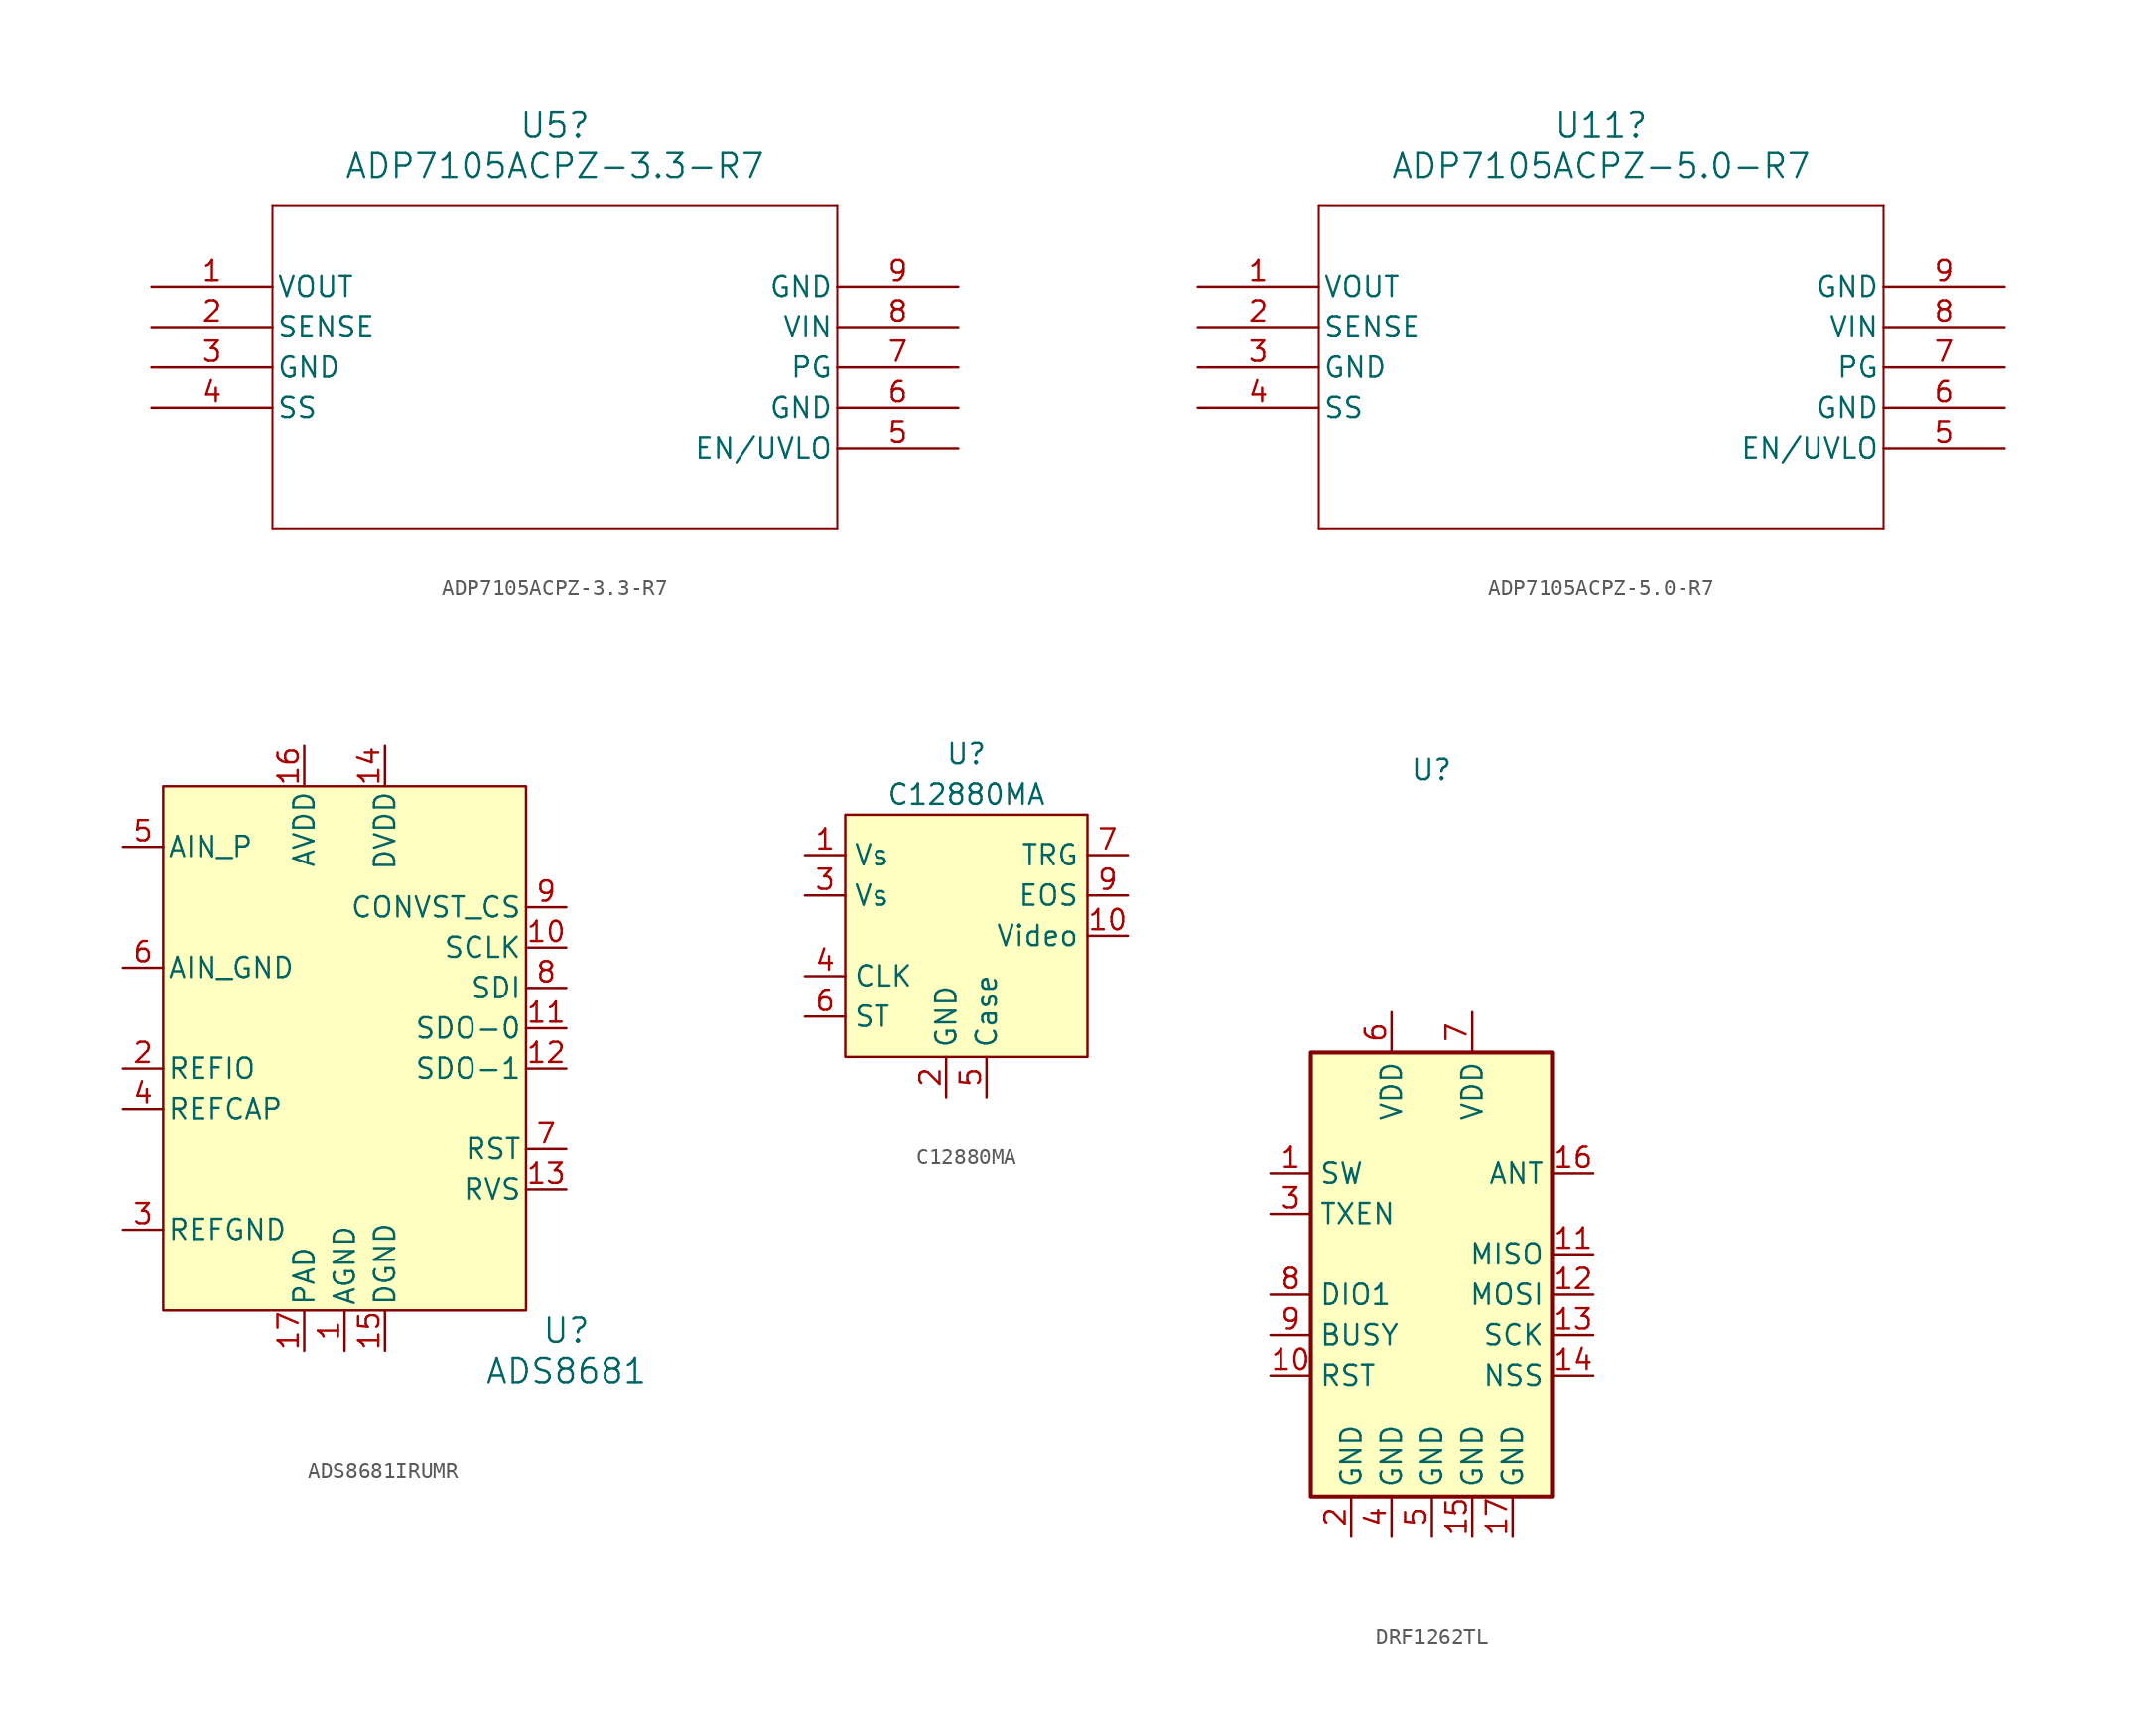
<source format=kicad_sym>
(kicad_symbol_lib
  (version 20220914)
  (generator kicad_symbol_editor)
  (symbol "ADP7105ACPZ-3.3-R7"
    (pin_names
      (offset 0.254))
    (property "Reference" "U5"
      (at 25.4 10.16 0)
      (effects (font (size 1.524 1.524))))
    (property "Value" "ADP7105ACPZ-3.3-R7"
      (at 25.4 7.62 0)
      (effects (font (size 1.524 1.524))))
    (property "ki_locked" ""
      (at 0 0 0)
      (effects (font (size 1.27 1.27))))
    (symbol "ADP7105ACPZ-3.3-R7_0_1"
      (polyline (pts (xy 7.62 -15.24) (xy 43.18 -15.24)) (stroke (width 0.127) (type default)) (fill (type none)))
      (polyline (pts (xy 7.62 5.08) (xy 7.62 -15.24)) (stroke (width 0.127) (type default)) (fill (type none)))
      (polyline (pts (xy 43.18 -15.24) (xy 43.18 5.08)) (stroke (width 0.127) (type default)) (fill (type none)))
      (polyline (pts (xy 43.18 5.08) (xy 7.62 5.08)) (stroke (width 0.127) (type default)) (fill (type none)))
      (pin output line (at 0 0 0) (length 7.62) (name "VOUT" (effects (font (size 1.27 1.27)))) (number "1" (effects (font (size 1.27 1.27)))))
      (pin unspecified line (at 0 -2.54 0) (length 7.62) (name "SENSE" (effects (font (size 1.27 1.27)))) (number "2" (effects (font (size 1.27 1.27)))))
      (pin power_out line (at 0 -5.08 0) (length 7.62) (name "GND" (effects (font (size 1.27 1.27)))) (number "3" (effects (font (size 1.27 1.27)))))
      (pin unspecified line (at 0 -7.62 0) (length 7.62) (name "SS" (effects (font (size 1.27 1.27)))) (number "4" (effects (font (size 1.27 1.27)))))
      (pin input line (at 50.8 -10.16 180) (length 7.62) (name "EN/UVLO" (effects (font (size 1.27 1.27)))) (number "5" (effects (font (size 1.27 1.27)))))
      (pin power_out line (at 50.8 -7.62 180) (length 7.62) (name "GND" (effects (font (size 1.27 1.27)))) (number "6" (effects (font (size 1.27 1.27)))))
      (pin output line (at 50.8 -5.08 180) (length 7.62) (name "PG" (effects (font (size 1.27 1.27)))) (number "7" (effects (font (size 1.27 1.27)))))
      (pin power_in line (at 50.8 -2.54 180) (length 7.62) (name "VIN" (effects (font (size 1.27 1.27)))) (number "8" (effects (font (size 1.27 1.27)))))
      (pin power_out line (at 50.8 0 180) (length 7.62) (name "GND" (effects (font (size 1.27 1.27)))) (number "9" (effects (font (size 1.27 1.27)))))))
  (symbol "ADP7105ACPZ-5.0-R7"
    (pin_names
      (offset 0.254))
    (property "Reference" "U11"
      (at 25.4 10.16 0)
      (effects (font (size 1.524 1.524))))
    (property "Value" "ADP7105ACPZ-5.0-R7"
      (at 25.4 7.62 0)
      (effects (font (size 1.524 1.524))))
    (property "ki_locked" ""
      (at 0 0 0)
      (effects (font (size 1.27 1.27))))
    (symbol "ADP7105ACPZ-5.0-R7_0_1"
      (polyline (pts (xy 7.62 -15.24) (xy 43.18 -15.24)) (stroke (width 0.127) (type default)) (fill (type none)))
      (polyline (pts (xy 7.62 5.08) (xy 7.62 -15.24)) (stroke (width 0.127) (type default)) (fill (type none)))
      (polyline (pts (xy 43.18 -15.24) (xy 43.18 5.08)) (stroke (width 0.127) (type default)) (fill (type none)))
      (polyline (pts (xy 43.18 5.08) (xy 7.62 5.08)) (stroke (width 0.127) (type default)) (fill (type none)))
      (pin output line (at 0 0 0) (length 7.62) (name "VOUT" (effects (font (size 1.27 1.27)))) (number "1" (effects (font (size 1.27 1.27)))))
      (pin unspecified line (at 0 -2.54 0) (length 7.62) (name "SENSE" (effects (font (size 1.27 1.27)))) (number "2" (effects (font (size 1.27 1.27)))))
      (pin power_out line (at 0 -5.08 0) (length 7.62) (name "GND" (effects (font (size 1.27 1.27)))) (number "3" (effects (font (size 1.27 1.27)))))
      (pin unspecified line (at 0 -7.62 0) (length 7.62) (name "SS" (effects (font (size 1.27 1.27)))) (number "4" (effects (font (size 1.27 1.27)))))
      (pin input line (at 50.8 -10.16 180) (length 7.62) (name "EN/UVLO" (effects (font (size 1.27 1.27)))) (number "5" (effects (font (size 1.27 1.27)))))
      (pin power_out line (at 50.8 -7.62 180) (length 7.62) (name "GND" (effects (font (size 1.27 1.27)))) (number "6" (effects (font (size 1.27 1.27)))))
      (pin output line (at 50.8 -5.08 180) (length 7.62) (name "PG" (effects (font (size 1.27 1.27)))) (number "7" (effects (font (size 1.27 1.27)))))
      (pin power_in line (at 50.8 -2.54 180) (length 7.62) (name "VIN" (effects (font (size 1.27 1.27)))) (number "8" (effects (font (size 1.27 1.27)))))
      (pin power_out line (at 50.8 0 180) (length 7.62) (name "GND" (effects (font (size 1.27 1.27)))) (number "9" (effects (font (size 1.27 1.27)))))))
  (symbol "ADS8681IRUMR"
    (pin_names
      (offset 0.254))
    (property "Reference" "U"
      (at 13.97 -13.97 0)
      (effects (font (size 1.524 1.524))))
    (property "Value" "ADS8681"
      (at 13.97 -16.51 0)
      (effects (font (size 1.524 1.524))))
    (property "ki_locked" ""
      (at 0 0 0)
      (effects (font (size 1.27 1.27))))
    (symbol "ADS8681IRUMR_0_1"
      (pin power_in line (at 0 -15.24 90) (length 2.54) (name "AGND" (effects (font (size 1.27 1.27)))) (number "1" (effects (font (size 1.27 1.27)))))
      (pin input line (at 13.97 10.16 180) (length 2.54) (name "SCLK" (effects (font (size 1.27 1.27)))) (number "10" (effects (font (size 1.27 1.27)))))
      (pin output line (at 13.97 5.08 180) (length 2.54) (name "SDO-0" (effects (font (size 1.27 1.27)))) (number "11" (effects (font (size 1.27 1.27)))))
      (pin output line (at 13.97 -5.08 180) (length 2.54) (name "RVS" (effects (font (size 1.27 1.27)))) (number "13" (effects (font (size 1.27 1.27)))))
      (pin power_in line (at 2.54 22.86 270) (length 2.54) (name "DVDD" (effects (font (size 1.27 1.27)))) (number "14" (effects (font (size 1.27 1.27)))))
      (pin power_in line (at 2.54 -15.24 90) (length 2.54) (name "DGND" (effects (font (size 1.27 1.27)))) (number "15" (effects (font (size 1.27 1.27)))))
      (pin power_in line (at -2.54 22.86 270) (length 2.54) (name "AVDD" (effects (font (size 1.27 1.27)))) (number "16" (effects (font (size 1.27 1.27)))))
      (pin power_in line (at -2.54 -15.24 90) (length 2.54) (name "PAD" (effects (font (size 1.27 1.27)))) (number "17" (effects (font (size 1.27 1.27)))))
      (pin bidirectional line (at -13.97 2.54 0) (length 2.54) (name "REFIO" (effects (font (size 1.27 1.27)))) (number "2" (effects (font (size 1.27 1.27)))))
      (pin power_in line (at -13.97 -7.62 0) (length 2.54) (name "REFGND" (effects (font (size 1.27 1.27)))) (number "3" (effects (font (size 1.27 1.27)))))
      (pin unspecified line (at -13.97 0 0) (length 2.54) (name "REFCAP" (effects (font (size 1.27 1.27)))) (number "4" (effects (font (size 1.27 1.27)))))
      (pin input line (at -13.97 16.51 0) (length 2.54) (name "AIN_P" (effects (font (size 1.27 1.27)))) (number "5" (effects (font (size 1.27 1.27)))))
      (pin input line (at -13.97 8.89 0) (length 2.54) (name "AIN_GND" (effects (font (size 1.27 1.27)))) (number "6" (effects (font (size 1.27 1.27)))))
      (pin input line (at 13.97 7.62 180) (length 2.54) (name "SDI" (effects (font (size 1.27 1.27)))) (number "8" (effects (font (size 1.27 1.27))))))
    (symbol "ADS8681IRUMR_1_1"
      (rectangle (start -11.43 20.32) (end 11.43 -12.7) (stroke (width 0) (type default)) (fill (type background)))
      (pin output line (at 13.97 2.54 180) (length 2.54) (name "SDO-1" (effects (font (size 1.27 1.27)))) (number "12" (effects (font (size 1.27 1.27)))))
      (pin input line (at 13.97 -2.54 180) (length 2.54) (name "RST" (effects (font (size 1.27 1.27)))) (number "7" (effects (font (size 1.27 1.27)))))
      (pin input line (at 13.97 12.7 180) (length 2.54) (name "CONVST_CS" (effects (font (size 1.27 1.27)))) (number "9" (effects (font (size 1.27 1.27)))))))
  (symbol "C12880MA"
    (property "Reference" "U"
      (at 0 2.54 0)
      (effects (font (size 1.27 1.27))))
    (property "Value" "C12880MA"
      (at 0 0 0)
      (effects (font (size 1.27 1.27))))
    (symbol "C12880MA_1_1"
      (rectangle (start -7.62 -1.27) (end 7.62 -16.51) (stroke (width 0) (type default)) (fill (type background)))
      (pin no_connect line (at -2.54 5.08 180) (length 2.54) hide (name "8" (effects (font (size 1.27 1.27)))) (number "-" (effects (font (size 1.27 1.27)))))
      (pin power_in line (at -10.16 -3.81 0) (length 2.54) (name "Vs" (effects (font (size 1.27 1.27)))) (number "1" (effects (font (size 1.27 1.27)))))
      (pin output line (at 10.16 -8.89 180) (length 2.54) (name "Video" (effects (font (size 1.27 1.27)))) (number "10" (effects (font (size 1.27 1.27)))))
      (pin power_in line (at -1.27 -19.05 90) (length 2.54) (name "GND" (effects (font (size 1.27 1.27)))) (number "2" (effects (font (size 1.27 1.27)))))
      (pin power_in line (at -10.16 -6.35 0) (length 2.54) (name "Vs" (effects (font (size 1.27 1.27)))) (number "3" (effects (font (size 1.27 1.27)))))
      (pin input line (at -10.16 -11.43 0) (length 2.54) (name "CLK" (effects (font (size 1.27 1.27)))) (number "4" (effects (font (size 1.27 1.27)))))
      (pin passive line (at 1.27 -19.05 90) (length 2.54) (name "Case" (effects (font (size 1.27 1.27)))) (number "5" (effects (font (size 1.27 1.27)))))
      (pin input line (at -10.16 -13.97 0) (length 2.54) (name "ST" (effects (font (size 1.27 1.27)))) (number "6" (effects (font (size 1.27 1.27)))))
      (pin output line (at 10.16 -3.81 180) (length 2.54) (name "TRG" (effects (font (size 1.27 1.27)))) (number "7" (effects (font (size 1.27 1.27)))))
      (pin output line (at 10.16 -6.35 180) (length 2.54) (name "EOS" (effects (font (size 1.27 1.27)))) (number "9" (effects (font (size 1.27 1.27)))))))
  (symbol "DRF1262TL"
    (property "Reference" "U"
      (at 0 27.94 0)
      (effects (font (size 1.27 1.27))))
    (property "Value" ""
      (at 0 5.08 0)
      (effects (font (size 1.27 1.27))))
    (symbol "DRF1262TL_1_1"
      (rectangle (start -7.62 10.16) (end 7.62 -17.78) (stroke (width 0.254) (type default)) (fill (type background)))
      (pin input line (at -10.16 2.54 0) (length 2.54) (name "SW" (effects (font (size 1.27 1.27)))) (number "1" (effects (font (size 1.27 1.27)))))
      (pin input line (at -10.16 -10.16 0) (length 2.54) (name "RST" (effects (font (size 1.27 1.27)))) (number "10" (effects (font (size 1.27 1.27)))))
      (pin output line (at 10.16 -2.54 180) (length 2.54) (name "MISO" (effects (font (size 1.27 1.27)))) (number "11" (effects (font (size 1.27 1.27)))))
      (pin input line (at 10.16 -5.08 180) (length 2.54) (name "MOSI" (effects (font (size 1.27 1.27)))) (number "12" (effects (font (size 1.27 1.27)))))
      (pin input line (at 10.16 -7.62 180) (length 2.54) (name "SCK" (effects (font (size 1.27 1.27)))) (number "13" (effects (font (size 1.27 1.27)))))
      (pin input line (at 10.16 -10.16 180) (length 2.54) (name "NSS" (effects (font (size 1.27 1.27)))) (number "14" (effects (font (size 1.27 1.27)))))
      (pin unspecified line (at 2.54 -20.32 90) (length 2.54) (name "GND" (effects (font (size 1.27 1.27)))) (number "15" (effects (font (size 1.27 1.27)))))
      (pin bidirectional line (at 10.16 2.54 180) (length 2.54) (name "ANT" (effects (font (size 1.27 1.27)))) (number "16" (effects (font (size 1.27 1.27)))))
      (pin unspecified line (at 5.08 -20.32 90) (length 2.54) (name "GND" (effects (font (size 1.27 1.27)))) (number "17" (effects (font (size 1.27 1.27)))))
      (pin unspecified line (at -5.08 -20.32 90) (length 2.54) (name "GND" (effects (font (size 1.27 1.27)))) (number "2" (effects (font (size 1.27 1.27)))))
      (pin input line (at -10.16 0 0) (length 2.54) (name "TXEN" (effects (font (size 1.27 1.27)))) (number "3" (effects (font (size 1.27 1.27)))))
      (pin unspecified line (at -2.54 -20.32 90) (length 2.54) (name "GND" (effects (font (size 1.27 1.27)))) (number "4" (effects (font (size 1.27 1.27)))))
      (pin unspecified line (at 0 -20.32 90) (length 2.54) (name "GND" (effects (font (size 1.27 1.27)))) (number "5" (effects (font (size 1.27 1.27)))))
      (pin power_in line (at -2.54 12.7 270) (length 2.54) (name "VDD" (effects (font (size 1.27 1.27)))) (number "6" (effects (font (size 1.27 1.27)))))
      (pin power_in line (at 2.54 12.7 270) (length 2.54) (name "VDD" (effects (font (size 1.27 1.27)))) (number "7" (effects (font (size 1.27 1.27)))))
      (pin bidirectional line (at -10.16 -5.08 0) (length 2.54) (name "DIO1" (effects (font (size 1.27 1.27)))) (number "8" (effects (font (size 1.27 1.27)))))
      (pin bidirectional line (at -10.16 -7.62 0) (length 2.54) (name "BUSY" (effects (font (size 1.27 1.27)))) (number "9" (effects (font (size 1.27 1.27))))))))
</source>
